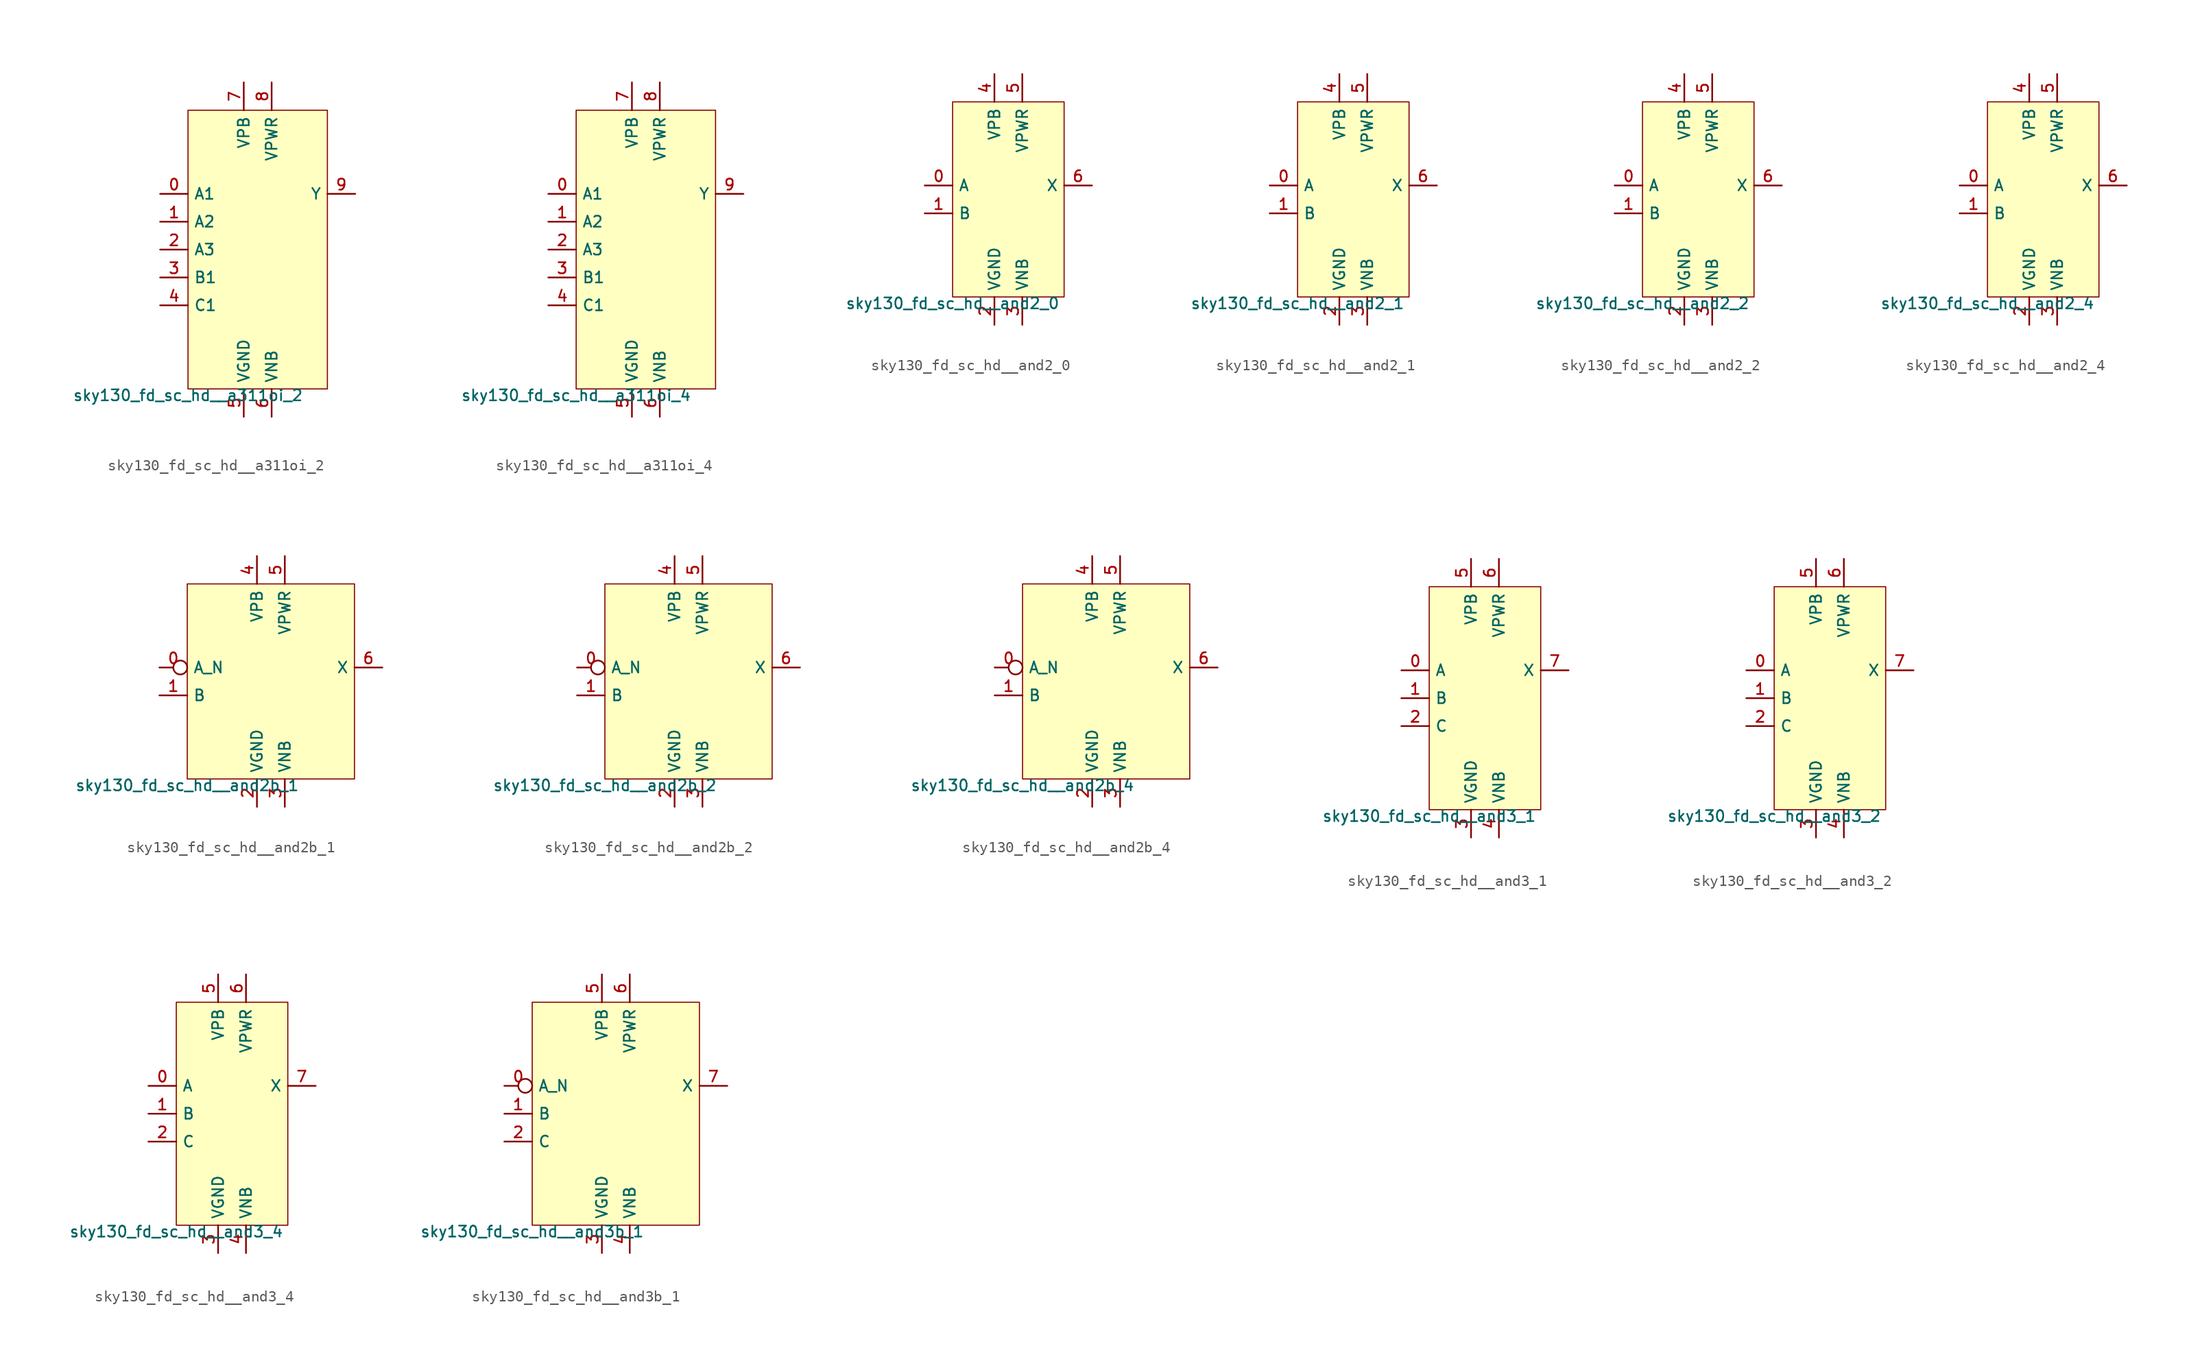
<source format=kicad_sym>
(kicad_symbol_lib
  (version 20211014)
  (generator lef2kicad_sym)
  (symbol "sky130_fd_sc_hd__a311oi_2"
    (property "Reference" "X"
      (at 0 0 0)
      (effects (font (size 1 1)) hide))
    (property "Value" "sky130_fd_sc_hd__a311oi_2"
      (at -6.35 -12.7 0)
      (effects (font (size 1 1)) (justify top)))
    (rectangle
      (start -6.35 -12.7)
      (end 6.35 12.7)
      (stroke (width 0.1) (type solid) (color 0 0 0 0))
      (fill (type background)))
    (pin input line
      (at -8.89 5.08 0)
      (length 2.54)
      (name "A1" (effects (font (size 1 1)) hide))
      (number "0" (effects (font (size 1 1)) hide)))
    (pin input line
      (at -8.89 2.54 0)
      (length 2.54)
      (name "A2" (effects (font (size 1 1)) hide))
      (number "1" (effects (font (size 1 1)) hide)))
    (pin input line
      (at -8.89 -8.881784197001252e-16 0)
      (length 2.54)
      (name "A3" (effects (font (size 1 1)) hide))
      (number "2" (effects (font (size 1 1)) hide)))
    (pin input line
      (at -8.89 -2.54 0)
      (length 2.54)
      (name "B1" (effects (font (size 1 1)) hide))
      (number "3" (effects (font (size 1 1)) hide)))
    (pin input line
      (at -8.89 -5.08 0)
      (length 2.54)
      (name "C1" (effects (font (size 1 1)) hide))
      (number "4" (effects (font (size 1 1)) hide)))
    (pin power_in line
      (at -1.27 -15.24 90)
      (length 2.54)
      (name "VGND" (effects (font (size 1 1)) hide))
      (number "5" (effects (font (size 1 1)) hide)))
    (pin power_in line
      (at 1.27 -15.24 90)
      (length 2.54)
      (name "VNB" (effects (font (size 1 1)) hide))
      (number "6" (effects (font (size 1 1)) hide)))
    (pin power_in line
      (at -1.27 15.24 270)
      (length 2.54)
      (name "VPB" (effects (font (size 1 1)) hide))
      (number "7" (effects (font (size 1 1)) hide)))
    (pin power_in line
      (at 1.27 15.24 270)
      (length 2.54)
      (name "VPWR" (effects (font (size 1 1)) hide))
      (number "8" (effects (font (size 1 1)) hide)))
    (pin output line
      (at 8.89 5.08 180)
      (length 2.54)
      (name "Y" (effects (font (size 1 1)) hide))
      (number "9" (effects (font (size 1 1)) hide))))
  (symbol "sky130_fd_sc_hd__a311oi_4"
    (property "Reference" "X"
      (at 0 0 0)
      (effects (font (size 1 1)) hide))
    (property "Value" "sky130_fd_sc_hd__a311oi_4"
      (at -6.35 -12.7 0)
      (effects (font (size 1 1)) (justify top)))
    (rectangle
      (start -6.35 -12.7)
      (end 6.35 12.7)
      (stroke (width 0.1) (type solid) (color 0 0 0 0))
      (fill (type background)))
    (pin input line
      (at -8.89 5.08 0)
      (length 2.54)
      (name "A1" (effects (font (size 1 1)) hide))
      (number "0" (effects (font (size 1 1)) hide)))
    (pin input line
      (at -8.89 2.54 0)
      (length 2.54)
      (name "A2" (effects (font (size 1 1)) hide))
      (number "1" (effects (font (size 1 1)) hide)))
    (pin input line
      (at -8.89 -8.881784197001252e-16 0)
      (length 2.54)
      (name "A3" (effects (font (size 1 1)) hide))
      (number "2" (effects (font (size 1 1)) hide)))
    (pin input line
      (at -8.89 -2.54 0)
      (length 2.54)
      (name "B1" (effects (font (size 1 1)) hide))
      (number "3" (effects (font (size 1 1)) hide)))
    (pin input line
      (at -8.89 -5.08 0)
      (length 2.54)
      (name "C1" (effects (font (size 1 1)) hide))
      (number "4" (effects (font (size 1 1)) hide)))
    (pin power_in line
      (at -1.27 -15.24 90)
      (length 2.54)
      (name "VGND" (effects (font (size 1 1)) hide))
      (number "5" (effects (font (size 1 1)) hide)))
    (pin power_in line
      (at 1.27 -15.24 90)
      (length 2.54)
      (name "VNB" (effects (font (size 1 1)) hide))
      (number "6" (effects (font (size 1 1)) hide)))
    (pin power_in line
      (at -1.27 15.24 270)
      (length 2.54)
      (name "VPB" (effects (font (size 1 1)) hide))
      (number "7" (effects (font (size 1 1)) hide)))
    (pin power_in line
      (at 1.27 15.24 270)
      (length 2.54)
      (name "VPWR" (effects (font (size 1 1)) hide))
      (number "8" (effects (font (size 1 1)) hide)))
    (pin output line
      (at 8.89 5.08 180)
      (length 2.54)
      (name "Y" (effects (font (size 1 1)) hide))
      (number "9" (effects (font (size 1 1)) hide))))
  (symbol "sky130_fd_sc_hd__and2_0"
    (property "Reference" "X"
      (at 0 0 0)
      (effects (font (size 1 1)) hide))
    (property "Value" "sky130_fd_sc_hd__and2_0"
      (at -5.08 -8.89 0)
      (effects (font (size 1 1)) (justify top)))
    (rectangle
      (start -5.08 -8.89)
      (end 5.08 8.89)
      (stroke (width 0.1) (type solid) (color 0 0 0 0))
      (fill (type background)))
    (pin input line
      (at -7.62 1.27 0)
      (length 2.54)
      (name "A" (effects (font (size 1 1)) hide))
      (number "0" (effects (font (size 1 1)) hide)))
    (pin input line
      (at -7.62 -1.27 0)
      (length 2.54)
      (name "B" (effects (font (size 1 1)) hide))
      (number "1" (effects (font (size 1 1)) hide)))
    (pin power_in line
      (at -1.27 -11.43 90)
      (length 2.54)
      (name "VGND" (effects (font (size 1 1)) hide))
      (number "2" (effects (font (size 1 1)) hide)))
    (pin power_in line
      (at 1.27 -11.43 90)
      (length 2.54)
      (name "VNB" (effects (font (size 1 1)) hide))
      (number "3" (effects (font (size 1 1)) hide)))
    (pin power_in line
      (at -1.27 11.43 270)
      (length 2.54)
      (name "VPB" (effects (font (size 1 1)) hide))
      (number "4" (effects (font (size 1 1)) hide)))
    (pin power_in line
      (at 1.27 11.43 270)
      (length 2.54)
      (name "VPWR" (effects (font (size 1 1)) hide))
      (number "5" (effects (font (size 1 1)) hide)))
    (pin output line
      (at 7.62 1.27 180)
      (length 2.54)
      (name "X" (effects (font (size 1 1)) hide))
      (number "6" (effects (font (size 1 1)) hide))))
  (symbol "sky130_fd_sc_hd__and2_1"
    (property "Reference" "X"
      (at 0 0 0)
      (effects (font (size 1 1)) hide))
    (property "Value" "sky130_fd_sc_hd__and2_1"
      (at -5.08 -8.89 0)
      (effects (font (size 1 1)) (justify top)))
    (rectangle
      (start -5.08 -8.89)
      (end 5.08 8.89)
      (stroke (width 0.1) (type solid) (color 0 0 0 0))
      (fill (type background)))
    (pin input line
      (at -7.62 1.27 0)
      (length 2.54)
      (name "A" (effects (font (size 1 1)) hide))
      (number "0" (effects (font (size 1 1)) hide)))
    (pin input line
      (at -7.62 -1.27 0)
      (length 2.54)
      (name "B" (effects (font (size 1 1)) hide))
      (number "1" (effects (font (size 1 1)) hide)))
    (pin power_in line
      (at -1.27 -11.43 90)
      (length 2.54)
      (name "VGND" (effects (font (size 1 1)) hide))
      (number "2" (effects (font (size 1 1)) hide)))
    (pin power_in line
      (at 1.27 -11.43 90)
      (length 2.54)
      (name "VNB" (effects (font (size 1 1)) hide))
      (number "3" (effects (font (size 1 1)) hide)))
    (pin power_in line
      (at -1.27 11.43 270)
      (length 2.54)
      (name "VPB" (effects (font (size 1 1)) hide))
      (number "4" (effects (font (size 1 1)) hide)))
    (pin power_in line
      (at 1.27 11.43 270)
      (length 2.54)
      (name "VPWR" (effects (font (size 1 1)) hide))
      (number "5" (effects (font (size 1 1)) hide)))
    (pin output line
      (at 7.62 1.27 180)
      (length 2.54)
      (name "X" (effects (font (size 1 1)) hide))
      (number "6" (effects (font (size 1 1)) hide))))
  (symbol "sky130_fd_sc_hd__and2_2"
    (property "Reference" "X"
      (at 0 0 0)
      (effects (font (size 1 1)) hide))
    (property "Value" "sky130_fd_sc_hd__and2_2"
      (at -5.08 -8.89 0)
      (effects (font (size 1 1)) (justify top)))
    (rectangle
      (start -5.08 -8.89)
      (end 5.08 8.89)
      (stroke (width 0.1) (type solid) (color 0 0 0 0))
      (fill (type background)))
    (pin input line
      (at -7.62 1.27 0)
      (length 2.54)
      (name "A" (effects (font (size 1 1)) hide))
      (number "0" (effects (font (size 1 1)) hide)))
    (pin input line
      (at -7.62 -1.27 0)
      (length 2.54)
      (name "B" (effects (font (size 1 1)) hide))
      (number "1" (effects (font (size 1 1)) hide)))
    (pin power_in line
      (at -1.27 -11.43 90)
      (length 2.54)
      (name "VGND" (effects (font (size 1 1)) hide))
      (number "2" (effects (font (size 1 1)) hide)))
    (pin power_in line
      (at 1.27 -11.43 90)
      (length 2.54)
      (name "VNB" (effects (font (size 1 1)) hide))
      (number "3" (effects (font (size 1 1)) hide)))
    (pin power_in line
      (at -1.27 11.43 270)
      (length 2.54)
      (name "VPB" (effects (font (size 1 1)) hide))
      (number "4" (effects (font (size 1 1)) hide)))
    (pin power_in line
      (at 1.27 11.43 270)
      (length 2.54)
      (name "VPWR" (effects (font (size 1 1)) hide))
      (number "5" (effects (font (size 1 1)) hide)))
    (pin output line
      (at 7.62 1.27 180)
      (length 2.54)
      (name "X" (effects (font (size 1 1)) hide))
      (number "6" (effects (font (size 1 1)) hide))))
  (symbol "sky130_fd_sc_hd__and2_4"
    (property "Reference" "X"
      (at 0 0 0)
      (effects (font (size 1 1)) hide))
    (property "Value" "sky130_fd_sc_hd__and2_4"
      (at -5.08 -8.89 0)
      (effects (font (size 1 1)) (justify top)))
    (rectangle
      (start -5.08 -8.89)
      (end 5.08 8.89)
      (stroke (width 0.1) (type solid) (color 0 0 0 0))
      (fill (type background)))
    (pin input line
      (at -7.62 1.27 0)
      (length 2.54)
      (name "A" (effects (font (size 1 1)) hide))
      (number "0" (effects (font (size 1 1)) hide)))
    (pin input line
      (at -7.62 -1.27 0)
      (length 2.54)
      (name "B" (effects (font (size 1 1)) hide))
      (number "1" (effects (font (size 1 1)) hide)))
    (pin power_in line
      (at -1.27 -11.43 90)
      (length 2.54)
      (name "VGND" (effects (font (size 1 1)) hide))
      (number "2" (effects (font (size 1 1)) hide)))
    (pin power_in line
      (at 1.27 -11.43 90)
      (length 2.54)
      (name "VNB" (effects (font (size 1 1)) hide))
      (number "3" (effects (font (size 1 1)) hide)))
    (pin power_in line
      (at -1.27 11.43 270)
      (length 2.54)
      (name "VPB" (effects (font (size 1 1)) hide))
      (number "4" (effects (font (size 1 1)) hide)))
    (pin power_in line
      (at 1.27 11.43 270)
      (length 2.54)
      (name "VPWR" (effects (font (size 1 1)) hide))
      (number "5" (effects (font (size 1 1)) hide)))
    (pin output line
      (at 7.62 1.27 180)
      (length 2.54)
      (name "X" (effects (font (size 1 1)) hide))
      (number "6" (effects (font (size 1 1)) hide))))
  (symbol "sky130_fd_sc_hd__and2b_1"
    (property "Reference" "X"
      (at 0 0 0)
      (effects (font (size 1 1)) hide))
    (property "Value" "sky130_fd_sc_hd__and2b_1"
      (at -7.62 -8.89 0)
      (effects (font (size 1 1)) (justify top)))
    (rectangle
      (start -7.62 -8.89)
      (end 7.62 8.89)
      (stroke (width 0.1) (type solid) (color 0 0 0 0))
      (fill (type background)))
    (pin input inverted
      (at -10.16 1.27 0)
      (length 2.54)
      (name "A_N" (effects (font (size 1 1)) hide))
      (number "0" (effects (font (size 1 1)) hide)))
    (pin input line
      (at -10.16 -1.27 0)
      (length 2.54)
      (name "B" (effects (font (size 1 1)) hide))
      (number "1" (effects (font (size 1 1)) hide)))
    (pin power_in line
      (at -1.27 -11.43 90)
      (length 2.54)
      (name "VGND" (effects (font (size 1 1)) hide))
      (number "2" (effects (font (size 1 1)) hide)))
    (pin power_in line
      (at 1.27 -11.43 90)
      (length 2.54)
      (name "VNB" (effects (font (size 1 1)) hide))
      (number "3" (effects (font (size 1 1)) hide)))
    (pin power_in line
      (at -1.27 11.43 270)
      (length 2.54)
      (name "VPB" (effects (font (size 1 1)) hide))
      (number "4" (effects (font (size 1 1)) hide)))
    (pin power_in line
      (at 1.27 11.43 270)
      (length 2.54)
      (name "VPWR" (effects (font (size 1 1)) hide))
      (number "5" (effects (font (size 1 1)) hide)))
    (pin output line
      (at 10.16 1.27 180)
      (length 2.54)
      (name "X" (effects (font (size 1 1)) hide))
      (number "6" (effects (font (size 1 1)) hide))))
  (symbol "sky130_fd_sc_hd__and2b_2"
    (property "Reference" "X"
      (at 0 0 0)
      (effects (font (size 1 1)) hide))
    (property "Value" "sky130_fd_sc_hd__and2b_2"
      (at -7.62 -8.89 0)
      (effects (font (size 1 1)) (justify top)))
    (rectangle
      (start -7.62 -8.89)
      (end 7.62 8.89)
      (stroke (width 0.1) (type solid) (color 0 0 0 0))
      (fill (type background)))
    (pin input inverted
      (at -10.16 1.27 0)
      (length 2.54)
      (name "A_N" (effects (font (size 1 1)) hide))
      (number "0" (effects (font (size 1 1)) hide)))
    (pin input line
      (at -10.16 -1.27 0)
      (length 2.54)
      (name "B" (effects (font (size 1 1)) hide))
      (number "1" (effects (font (size 1 1)) hide)))
    (pin power_in line
      (at -1.27 -11.43 90)
      (length 2.54)
      (name "VGND" (effects (font (size 1 1)) hide))
      (number "2" (effects (font (size 1 1)) hide)))
    (pin power_in line
      (at 1.27 -11.43 90)
      (length 2.54)
      (name "VNB" (effects (font (size 1 1)) hide))
      (number "3" (effects (font (size 1 1)) hide)))
    (pin power_in line
      (at -1.27 11.43 270)
      (length 2.54)
      (name "VPB" (effects (font (size 1 1)) hide))
      (number "4" (effects (font (size 1 1)) hide)))
    (pin power_in line
      (at 1.27 11.43 270)
      (length 2.54)
      (name "VPWR" (effects (font (size 1 1)) hide))
      (number "5" (effects (font (size 1 1)) hide)))
    (pin output line
      (at 10.16 1.27 180)
      (length 2.54)
      (name "X" (effects (font (size 1 1)) hide))
      (number "6" (effects (font (size 1 1)) hide))))
  (symbol "sky130_fd_sc_hd__and2b_4"
    (property "Reference" "X"
      (at 0 0 0)
      (effects (font (size 1 1)) hide))
    (property "Value" "sky130_fd_sc_hd__and2b_4"
      (at -7.62 -8.89 0)
      (effects (font (size 1 1)) (justify top)))
    (rectangle
      (start -7.62 -8.89)
      (end 7.62 8.89)
      (stroke (width 0.1) (type solid) (color 0 0 0 0))
      (fill (type background)))
    (pin input inverted
      (at -10.16 1.27 0)
      (length 2.54)
      (name "A_N" (effects (font (size 1 1)) hide))
      (number "0" (effects (font (size 1 1)) hide)))
    (pin input line
      (at -10.16 -1.27 0)
      (length 2.54)
      (name "B" (effects (font (size 1 1)) hide))
      (number "1" (effects (font (size 1 1)) hide)))
    (pin power_in line
      (at -1.27 -11.43 90)
      (length 2.54)
      (name "VGND" (effects (font (size 1 1)) hide))
      (number "2" (effects (font (size 1 1)) hide)))
    (pin power_in line
      (at 1.27 -11.43 90)
      (length 2.54)
      (name "VNB" (effects (font (size 1 1)) hide))
      (number "3" (effects (font (size 1 1)) hide)))
    (pin power_in line
      (at -1.27 11.43 270)
      (length 2.54)
      (name "VPB" (effects (font (size 1 1)) hide))
      (number "4" (effects (font (size 1 1)) hide)))
    (pin power_in line
      (at 1.27 11.43 270)
      (length 2.54)
      (name "VPWR" (effects (font (size 1 1)) hide))
      (number "5" (effects (font (size 1 1)) hide)))
    (pin output line
      (at 10.16 1.27 180)
      (length 2.54)
      (name "X" (effects (font (size 1 1)) hide))
      (number "6" (effects (font (size 1 1)) hide))))
  (symbol "sky130_fd_sc_hd__and3_1"
    (property "Reference" "X"
      (at 0 0 0)
      (effects (font (size 1 1)) hide))
    (property "Value" "sky130_fd_sc_hd__and3_1"
      (at -5.08 -10.16 0)
      (effects (font (size 1 1)) (justify top)))
    (rectangle
      (start -5.08 -10.16)
      (end 5.08 10.16)
      (stroke (width 0.1) (type solid) (color 0 0 0 0))
      (fill (type background)))
    (pin input line
      (at -7.62 2.54 0)
      (length 2.54)
      (name "A" (effects (font (size 1 1)) hide))
      (number "0" (effects (font (size 1 1)) hide)))
    (pin input line
      (at -7.62 0.0 0)
      (length 2.54)
      (name "B" (effects (font (size 1 1)) hide))
      (number "1" (effects (font (size 1 1)) hide)))
    (pin input line
      (at -7.62 -2.54 0)
      (length 2.54)
      (name "C" (effects (font (size 1 1)) hide))
      (number "2" (effects (font (size 1 1)) hide)))
    (pin power_in line
      (at -1.27 -12.7 90)
      (length 2.54)
      (name "VGND" (effects (font (size 1 1)) hide))
      (number "3" (effects (font (size 1 1)) hide)))
    (pin power_in line
      (at 1.27 -12.7 90)
      (length 2.54)
      (name "VNB" (effects (font (size 1 1)) hide))
      (number "4" (effects (font (size 1 1)) hide)))
    (pin power_in line
      (at -1.27 12.7 270)
      (length 2.54)
      (name "VPB" (effects (font (size 1 1)) hide))
      (number "5" (effects (font (size 1 1)) hide)))
    (pin power_in line
      (at 1.27 12.7 270)
      (length 2.54)
      (name "VPWR" (effects (font (size 1 1)) hide))
      (number "6" (effects (font (size 1 1)) hide)))
    (pin output line
      (at 7.62 2.54 180)
      (length 2.54)
      (name "X" (effects (font (size 1 1)) hide))
      (number "7" (effects (font (size 1 1)) hide))))
  (symbol "sky130_fd_sc_hd__and3_2"
    (property "Reference" "X"
      (at 0 0 0)
      (effects (font (size 1 1)) hide))
    (property "Value" "sky130_fd_sc_hd__and3_2"
      (at -5.08 -10.16 0)
      (effects (font (size 1 1)) (justify top)))
    (rectangle
      (start -5.08 -10.16)
      (end 5.08 10.16)
      (stroke (width 0.1) (type solid) (color 0 0 0 0))
      (fill (type background)))
    (pin input line
      (at -7.62 2.54 0)
      (length 2.54)
      (name "A" (effects (font (size 1 1)) hide))
      (number "0" (effects (font (size 1 1)) hide)))
    (pin input line
      (at -7.62 0.0 0)
      (length 2.54)
      (name "B" (effects (font (size 1 1)) hide))
      (number "1" (effects (font (size 1 1)) hide)))
    (pin input line
      (at -7.62 -2.54 0)
      (length 2.54)
      (name "C" (effects (font (size 1 1)) hide))
      (number "2" (effects (font (size 1 1)) hide)))
    (pin power_in line
      (at -1.27 -12.7 90)
      (length 2.54)
      (name "VGND" (effects (font (size 1 1)) hide))
      (number "3" (effects (font (size 1 1)) hide)))
    (pin power_in line
      (at 1.27 -12.7 90)
      (length 2.54)
      (name "VNB" (effects (font (size 1 1)) hide))
      (number "4" (effects (font (size 1 1)) hide)))
    (pin power_in line
      (at -1.27 12.7 270)
      (length 2.54)
      (name "VPB" (effects (font (size 1 1)) hide))
      (number "5" (effects (font (size 1 1)) hide)))
    (pin power_in line
      (at 1.27 12.7 270)
      (length 2.54)
      (name "VPWR" (effects (font (size 1 1)) hide))
      (number "6" (effects (font (size 1 1)) hide)))
    (pin output line
      (at 7.62 2.54 180)
      (length 2.54)
      (name "X" (effects (font (size 1 1)) hide))
      (number "7" (effects (font (size 1 1)) hide))))
  (symbol "sky130_fd_sc_hd__and3_4"
    (property "Reference" "X"
      (at 0 0 0)
      (effects (font (size 1 1)) hide))
    (property "Value" "sky130_fd_sc_hd__and3_4"
      (at -5.08 -10.16 0)
      (effects (font (size 1 1)) (justify top)))
    (rectangle
      (start -5.08 -10.16)
      (end 5.08 10.16)
      (stroke (width 0.1) (type solid) (color 0 0 0 0))
      (fill (type background)))
    (pin input line
      (at -7.62 2.54 0)
      (length 2.54)
      (name "A" (effects (font (size 1 1)) hide))
      (number "0" (effects (font (size 1 1)) hide)))
    (pin input line
      (at -7.62 0.0 0)
      (length 2.54)
      (name "B" (effects (font (size 1 1)) hide))
      (number "1" (effects (font (size 1 1)) hide)))
    (pin input line
      (at -7.62 -2.54 0)
      (length 2.54)
      (name "C" (effects (font (size 1 1)) hide))
      (number "2" (effects (font (size 1 1)) hide)))
    (pin power_in line
      (at -1.27 -12.7 90)
      (length 2.54)
      (name "VGND" (effects (font (size 1 1)) hide))
      (number "3" (effects (font (size 1 1)) hide)))
    (pin power_in line
      (at 1.27 -12.7 90)
      (length 2.54)
      (name "VNB" (effects (font (size 1 1)) hide))
      (number "4" (effects (font (size 1 1)) hide)))
    (pin power_in line
      (at -1.27 12.7 270)
      (length 2.54)
      (name "VPB" (effects (font (size 1 1)) hide))
      (number "5" (effects (font (size 1 1)) hide)))
    (pin power_in line
      (at 1.27 12.7 270)
      (length 2.54)
      (name "VPWR" (effects (font (size 1 1)) hide))
      (number "6" (effects (font (size 1 1)) hide)))
    (pin output line
      (at 7.62 2.54 180)
      (length 2.54)
      (name "X" (effects (font (size 1 1)) hide))
      (number "7" (effects (font (size 1 1)) hide))))
  (symbol "sky130_fd_sc_hd__and3b_1"
    (property "Reference" "X"
      (at 0 0 0)
      (effects (font (size 1 1)) hide))
    (property "Value" "sky130_fd_sc_hd__and3b_1"
      (at -7.62 -10.16 0)
      (effects (font (size 1 1)) (justify top)))
    (rectangle
      (start -7.62 -10.16)
      (end 7.62 10.16)
      (stroke (width 0.1) (type solid) (color 0 0 0 0))
      (fill (type background)))
    (pin input inverted
      (at -10.16 2.54 0)
      (length 2.54)
      (name "A_N" (effects (font (size 1 1)) hide))
      (number "0" (effects (font (size 1 1)) hide)))
    (pin input line
      (at -10.16 0.0 0)
      (length 2.54)
      (name "B" (effects (font (size 1 1)) hide))
      (number "1" (effects (font (size 1 1)) hide)))
    (pin input line
      (at -10.16 -2.54 0)
      (length 2.54)
      (name "C" (effects (font (size 1 1)) hide))
      (number "2" (effects (font (size 1 1)) hide)))
    (pin power_in line
      (at -1.27 -12.7 90)
      (length 2.54)
      (name "VGND" (effects (font (size 1 1)) hide))
      (number "3" (effects (font (size 1 1)) hide)))
    (pin power_in line
      (at 1.27 -12.7 90)
      (length 2.54)
      (name "VNB" (effects (font (size 1 1)) hide))
      (number "4" (effects (font (size 1 1)) hide)))
    (pin power_in line
      (at -1.27 12.7 270)
      (length 2.54)
      (name "VPB" (effects (font (size 1 1)) hide))
      (number "5" (effects (font (size 1 1)) hide)))
    (pin power_in line
      (at 1.27 12.7 270)
      (length 2.54)
      (name "VPWR" (effects (font (size 1 1)) hide))
      (number "6" (effects (font (size 1 1)) hide)))
    (pin output line
      (at 10.16 2.54 180)
      (length 2.54)
      (name "X" (effects (font (size 1 1)) hide))
      (number "7" (effects (font (size 1 1)) hide)))))
</source>
